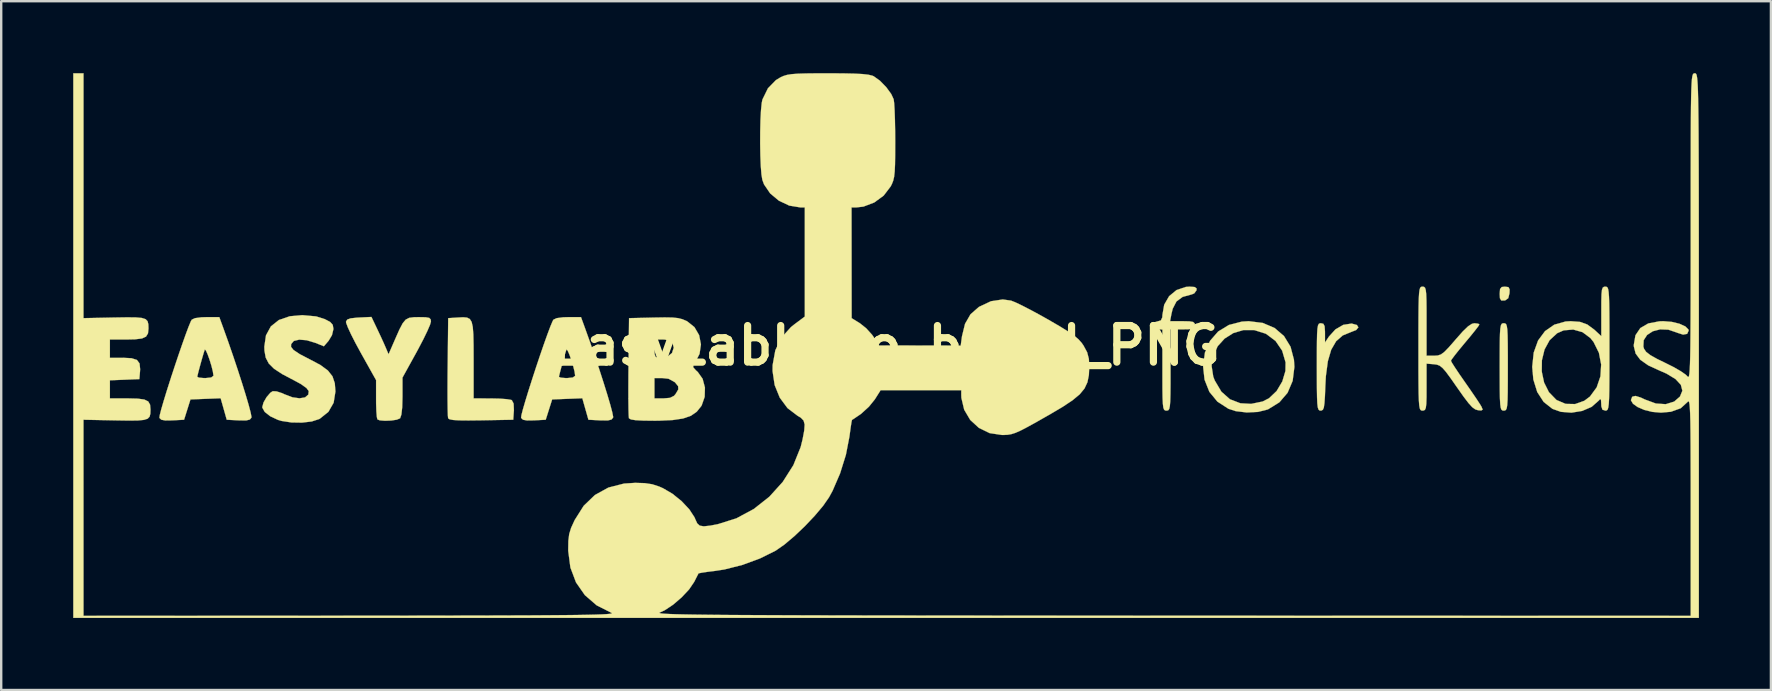
<source format=kicad_pcb>
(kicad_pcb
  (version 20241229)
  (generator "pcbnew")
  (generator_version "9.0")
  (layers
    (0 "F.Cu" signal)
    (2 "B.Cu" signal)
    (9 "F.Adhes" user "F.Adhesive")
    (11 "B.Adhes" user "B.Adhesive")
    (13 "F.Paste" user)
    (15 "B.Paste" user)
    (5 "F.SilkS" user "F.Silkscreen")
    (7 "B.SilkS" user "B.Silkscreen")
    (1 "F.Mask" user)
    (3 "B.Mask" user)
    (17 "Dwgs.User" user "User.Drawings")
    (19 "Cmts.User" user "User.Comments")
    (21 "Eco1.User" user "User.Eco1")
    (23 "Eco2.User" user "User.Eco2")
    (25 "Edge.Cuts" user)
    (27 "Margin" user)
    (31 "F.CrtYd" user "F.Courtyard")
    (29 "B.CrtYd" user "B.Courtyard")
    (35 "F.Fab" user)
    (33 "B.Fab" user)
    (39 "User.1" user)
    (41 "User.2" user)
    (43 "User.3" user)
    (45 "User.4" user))
  (footprint "EasyLabLogo_breed_PNG"
    (layer "F.Cu")
    (at 33.872 11.35)
    (property "Reference" "EasyLabLogo_breed_PNG" (at 0 0 0) (layer "F.SilkS") (effects (font (size 1.524 1.524) (thickness 0.3))))
    (attr through_hole)
    (fp_poly (pts (xy 25.934 -2.436) (xy 25.983 -2.342) (xy 25.977 -2.18) (xy 25.926 -1.975) (xy 25.806 -1.887) (xy 25.76 -1.878) (xy 25.632 -1.881) (xy 25.579 -1.971) (xy 25.569 -2.153) (xy 25.584 -2.356) (xy 25.653 -2.44) (xy 25.786 -2.455) (xy 25.934 -2.436)) (stroke (width 0.01) (type solid)) (fill yes) (layer "F.SilkS"))
    (fp_poly (pts (xy 25.794 -0.925) (xy 25.836 -0.892) (xy 25.866 -0.811) (xy 25.887 -0.662) (xy 25.899 -0.423) (xy 25.905 -0.073) (xy 25.908 0.409) (xy 25.908 0.889) (xy 25.907 1.488) (xy 25.904 1.939) (xy 25.897 2.263) (xy 25.883 2.48) (xy 25.861 2.612) (xy 25.828 2.681) (xy 25.783 2.706) (xy 25.739 2.709) (xy 25.683 2.703) (xy 25.641 2.67) (xy 25.611 2.589) (xy 25.591 2.44) (xy 25.578 2.201) (xy 25.572 1.851) (xy 25.57 1.369) (xy 25.569 0.889) (xy 25.57 0.29) (xy 25.573 -0.161) (xy 25.58 -0.485) (xy 25.594 -0.702) (xy 25.617 -0.834) (xy 25.649 -0.903) (xy 25.694 -0.928) (xy 25.739 -0.931) (xy 25.794 -0.925)) (stroke (width 0.01) (type solid)) (fill yes) (layer "F.SilkS"))
    (fp_poly (pts (xy -17.462 -1.166) (xy -17.346 -1.108) (xy -17.269 -0.985) (xy -17.222 -0.776) (xy -17.198 -0.461) (xy -17.189 -0.019) (xy -17.187 0.571) (xy -17.187 2.201) (xy -16.447 2.203) (xy -16.099 2.211) (xy -15.81 2.232) (xy -15.627 2.262) (xy -15.594 2.275) (xy -15.52 2.417) (xy -15.508 2.7) (xy -15.51 2.718) (xy -15.536 3.09) (xy -16.872 3.114) (xy -17.403 3.12) (xy -17.786 3.116) (xy -18.041 3.1) (xy -18.188 3.072) (xy -18.248 3.03) (xy -18.249 3.027) (xy -18.26 2.915) (xy -18.268 2.658) (xy -18.273 2.281) (xy -18.274 1.81) (xy -18.272 1.268) (xy -18.268 0.887) (xy -18.246 -1.143) (xy -17.837 -1.169) (xy -17.623 -1.18) (xy -17.462 -1.166)) (stroke (width 0.01) (type solid)) (fill yes) (layer "F.SilkS"))
    (fp_poly (pts (xy 18.222 -0.908) (xy 18.273 -0.809) (xy 18.288 -0.592) (xy 18.289 -0.529) (xy 18.289 -0.127) (xy 18.451 -0.372) (xy 18.723 -0.673) (xy 19.052 -0.864) (xy 19.391 -0.917) (xy 19.406 -0.916) (xy 19.619 -0.858) (xy 19.681 -0.759) (xy 19.591 -0.65) (xy 19.389 -0.57) (xy 19.031 -0.424) (xy 18.753 -0.181) (xy 18.548 0.173) (xy 18.408 0.653) (xy 18.326 1.274) (xy 18.304 1.672) (xy 18.287 2.108) (xy 18.267 2.401) (xy 18.241 2.581) (xy 18.202 2.673) (xy 18.145 2.706) (xy 18.108 2.709) (xy 18.056 2.701) (xy 18.017 2.662) (xy 17.988 2.57) (xy 17.969 2.406) (xy 17.958 2.148) (xy 17.952 1.776) (xy 17.95 1.267) (xy 17.949 0.889) (xy 17.95 0.29) (xy 17.953 -0.161) (xy 17.96 -0.485) (xy 17.974 -0.702) (xy 17.997 -0.834) (xy 18.029 -0.903) (xy 18.074 -0.928) (xy 18.119 -0.931) (xy 18.222 -0.908)) (stroke (width 0.01) (type solid)) (fill yes) (layer "F.SilkS"))
    (fp_poly (pts (xy -21.21 -0.702) (xy -21.062 -0.389) (xy -20.926 -0.091) (xy -20.853 0.076) (xy -20.731 0.363) (xy -20.448 -0.288) (xy -20.277 -0.673) (xy -20.143 -0.928) (xy -20.018 -1.08) (xy -19.871 -1.156) (xy -19.674 -1.182) (xy -19.463 -1.185) (xy -19.184 -1.18) (xy -19.035 -1.153) (xy -18.975 -1.09) (xy -18.965 -1.001) (xy -19.005 -0.862) (xy -19.114 -0.609) (xy -19.277 -0.273) (xy -19.479 0.114) (xy -19.558 0.26) (xy -20.151 1.335) (xy -20.151 2.132) (xy -20.162 2.569) (xy -20.196 2.873) (xy -20.249 3.027) (xy -20.252 3.031) (xy -20.389 3.088) (xy -20.621 3.123) (xy -20.879 3.133) (xy -21.096 3.115) (xy -21.195 3.076) (xy -21.22 2.972) (xy -21.239 2.739) (xy -21.25 2.418) (xy -21.251 2.23) (xy -21.251 1.44) (xy -21.892 0.294) (xy -22.112 -0.111) (xy -22.296 -0.473) (xy -22.429 -0.762) (xy -22.499 -0.949) (xy -22.505 -0.997) (xy -22.453 -1.083) (xy -22.312 -1.135) (xy -22.048 -1.163) (xy -21.961 -1.168) (xy -21.444 -1.193) (xy -21.21 -0.702)) (stroke (width 0.01) (type solid)) (fill yes) (layer "F.SilkS"))
    (fp_poly (pts (xy 12.855 -2.441) (xy 12.937 -2.384) (xy 12.938 -2.308) (xy 12.841 -2.175) (xy 12.741 -2.134) (xy 12.355 -2.028) (xy 12.099 -1.837) (xy 11.943 -1.533) (xy 11.892 -1.323) (xy 11.834 -1.016) (xy 12.352 -1.016) (xy 12.639 -1.01) (xy 12.795 -0.984) (xy 12.859 -0.925) (xy 12.869 -0.847) (xy 12.851 -0.752) (xy 12.769 -0.701) (xy 12.586 -0.68) (xy 12.361 -0.677) (xy 11.853 -0.677) (xy 11.853 1.016) (xy 11.853 1.591) (xy 11.849 2.019) (xy 11.841 2.321) (xy 11.825 2.519) (xy 11.8 2.635) (xy 11.764 2.691) (xy 11.714 2.708) (xy 11.684 2.709) (xy 11.626 2.703) (xy 11.584 2.668) (xy 11.553 2.584) (xy 11.534 2.428) (xy 11.522 2.178) (xy 11.516 1.813) (xy 11.515 1.311) (xy 11.515 1.022) (xy 11.515 -0.666) (xy 11.282 -0.693) (xy 11.103 -0.755) (xy 11.049 -0.847) (xy 11.125 -0.953) (xy 11.282 -1) (xy 11.45 -1.048) (xy 11.51 -1.177) (xy 11.515 -1.278) (xy 11.589 -1.703) (xy 11.794 -2.058) (xy 12.104 -2.314) (xy 12.49 -2.444) (xy 12.643 -2.455) (xy 12.855 -2.441)) (stroke (width 0.01) (type solid)) (fill yes) (layer "F.SilkS"))
    (fp_poly (pts (xy 15.697 -0.943) (xy 16.191 -0.732) (xy 16.581 -0.397) (xy 16.854 0.048) (xy 16.996 0.59) (xy 17.014 0.889) (xy 16.942 1.47) (xy 16.73 1.967) (xy 16.388 2.365) (xy 15.924 2.652) (xy 15.899 2.663) (xy 15.498 2.764) (xy 15.029 2.787) (xy 14.57 2.732) (xy 14.266 2.633) (xy 13.805 2.334) (xy 13.471 1.927) (xy 13.271 1.422) (xy 13.21 0.871) (xy 13.214 0.837) (xy 13.563 0.837) (xy 13.634 1.295) (xy 13.696 1.455) (xy 13.973 1.922) (xy 14.329 2.237) (xy 14.764 2.404) (xy 15.213 2.429) (xy 15.691 2.33) (xy 15.956 2.195) (xy 16.274 1.893) (xy 16.511 1.494) (xy 16.641 1.058) (xy 16.647 0.699) (xy 16.504 0.211) (xy 16.229 -0.192) (xy 15.843 -0.482) (xy 15.812 -0.498) (xy 15.344 -0.645) (xy 14.89 -0.646) (xy 14.471 -0.522) (xy 14.107 -0.292) (xy 13.82 0.024) (xy 13.632 0.407) (xy 13.563 0.837) (xy 13.214 0.837) (xy 13.286 0.292) (xy 13.5 -0.199) (xy 13.838 -0.587) (xy 14.285 -0.859) (xy 14.827 -0.999) (xy 15.113 -1.016) (xy 15.697 -0.943)) (stroke (width 0.01) (type solid)) (fill yes) (layer "F.SilkS"))
    (fp_poly (pts (xy -27.621 -0.741) (xy -27.413 -0.16) (xy -27.208 0.433) (xy -27.013 1.016) (xy -26.836 1.565) (xy -26.683 2.058) (xy -26.562 2.47) (xy -26.48 2.781) (xy -26.444 2.965) (xy -26.445 3.002) (xy -26.512 3.082) (xy -26.659 3.118) (xy -26.926 3.119) (xy -26.986 3.116) (xy -27.474 3.09) (xy -27.728 2.195) (xy -28.356 2.219) (xy -28.985 2.244) (xy -29.252 3.09) (xy -29.74 3.116) (xy -30.034 3.12) (xy -30.2 3.09) (xy -30.276 3.017) (xy -30.279 3.007) (xy -30.265 2.899) (xy -30.204 2.657) (xy -30.103 2.31) (xy -29.973 1.885) (xy -29.821 1.409) (xy -29.787 1.304) (xy -28.702 1.304) (xy -28.627 1.336) (xy -28.439 1.353) (xy -28.363 1.355) (xy -28.124 1.33) (xy -28.028 1.26) (xy -28.028 1.249) (xy -28.053 1.078) (xy -28.111 0.846) (xy -28.188 0.594) (xy -28.27 0.367) (xy -28.34 0.209) (xy -28.386 0.161) (xy -28.391 0.169) (xy -28.442 0.331) (xy -28.513 0.575) (xy -28.589 0.849) (xy -28.655 1.097) (xy -28.696 1.265) (xy -28.702 1.304) (xy -29.787 1.304) (xy -29.657 0.908) (xy -29.49 0.41) (xy -29.329 -0.057) (xy -29.183 -0.468) (xy -29.06 -0.795) (xy -28.97 -1.011) (xy -28.932 -1.079) (xy -28.796 -1.143) (xy -28.526 -1.179) (xy -28.317 -1.185) (xy -27.783 -1.185) (xy -27.621 -0.741)) (stroke (width 0.01) (type solid)) (fill yes) (layer "F.SilkS"))
    (fp_poly (pts (xy -12.55 -0.741) (xy -12.342 -0.16) (xy -12.137 0.433) (xy -11.942 1.016) (xy -11.765 1.565) (xy -11.612 2.058) (xy -11.491 2.47) (xy -11.409 2.781) (xy -11.373 2.965) (xy -11.375 3.002) (xy -11.442 3.082) (xy -11.588 3.118) (xy -11.855 3.119) (xy -11.916 3.116) (xy -12.403 3.09) (xy -12.657 2.195) (xy -13.286 2.219) (xy -13.914 2.244) (xy -14.182 3.09) (xy -14.67 3.116) (xy -14.964 3.12) (xy -15.129 3.09) (xy -15.205 3.017) (xy -15.209 3.007) (xy -15.195 2.899) (xy -15.133 2.657) (xy -15.032 2.31) (xy -14.902 1.885) (xy -14.75 1.409) (xy -14.716 1.304) (xy -13.631 1.304) (xy -13.556 1.336) (xy -13.368 1.353) (xy -13.293 1.355) (xy -13.053 1.33) (xy -12.958 1.26) (xy -12.957 1.249) (xy -12.982 1.078) (xy -13.04 0.846) (xy -13.118 0.594) (xy -13.199 0.367) (xy -13.27 0.209) (xy -13.315 0.161) (xy -13.32 0.169) (xy -13.372 0.331) (xy -13.443 0.575) (xy -13.518 0.849) (xy -13.584 1.097) (xy -13.625 1.265) (xy -13.631 1.304) (xy -14.716 1.304) (xy -14.587 0.908) (xy -14.42 0.41) (xy -14.259 -0.057) (xy -14.112 -0.468) (xy -13.989 -0.795) (xy -13.899 -1.011) (xy -13.862 -1.079) (xy -13.726 -1.143) (xy -13.456 -1.179) (xy -13.246 -1.185) (xy -12.712 -1.185) (xy -12.55 -0.741)) (stroke (width 0.01) (type solid)) (fill yes) (layer "F.SilkS"))
    (fp_poly (pts (xy -23.749 -1.216) (xy -23.389 -1.103) (xy -23.163 -0.983) (xy -23.057 -0.865) (xy -23.029 -0.7) (xy -23.029 -0.686) (xy -23.089 -0.434) (xy -23.228 -0.202) (xy -23.426 0.029) (xy -23.78 -0.113) (xy -24.146 -0.223) (xy -24.455 -0.248) (xy -24.679 -0.193) (xy -24.791 -0.06) (xy -24.794 0.052) (xy -24.695 0.18) (xy -24.438 0.353) (xy -24.028 0.567) (xy -24.025 0.568) (xy -23.573 0.808) (xy -23.262 1.036) (xy -23.069 1.279) (xy -22.971 1.569) (xy -22.945 1.914) (xy -23.019 2.38) (xy -23.237 2.76) (xy -23.595 3.047) (xy -23.621 3.061) (xy -23.931 3.162) (xy -24.339 3.21) (xy -24.78 3.203) (xy -25.191 3.14) (xy -25.342 3.095) (xy -25.664 2.944) (xy -25.891 2.765) (xy -25.991 2.586) (xy -25.993 2.561) (xy -25.94 2.367) (xy -25.811 2.144) (xy -25.655 1.964) (xy -25.556 1.901) (xy -25.395 1.909) (xy -25.163 1.984) (xy -25.07 2.028) (xy -24.739 2.155) (xy -24.442 2.197) (xy -24.21 2.159) (xy -24.075 2.043) (xy -24.058 1.895) (xy -24.155 1.766) (xy -24.393 1.598) (xy -24.687 1.439) (xy -25.164 1.188) (xy -25.503 0.965) (xy -25.724 0.745) (xy -25.85 0.503) (xy -25.902 0.215) (xy -25.908 0.045) (xy -25.839 -0.427) (xy -25.636 -0.799) (xy -25.303 -1.065) (xy -24.846 -1.222) (xy -24.324 -1.268) (xy -23.749 -1.216)) (stroke (width 0.01) (type solid)) (fill yes) (layer "F.SilkS"))
    (fp_poly (pts (xy -8.898 -1.168) (xy -8.666 -1.144) (xy -8.486 -1.098) (xy -8.319 -1.027) (xy -8.293 -1.014) (xy -7.985 -0.769) (xy -7.789 -0.433) (xy -7.715 -0.048) (xy -7.772 0.345) (xy -7.936 0.664) (xy -8.032 0.807) (xy -8.035 0.906) (xy -7.93 1.025) (xy -7.845 1.102) (xy -7.645 1.384) (xy -7.548 1.748) (xy -7.559 2.137) (xy -7.683 2.492) (xy -7.702 2.524) (xy -7.889 2.756) (xy -8.132 2.925) (xy -8.457 3.038) (xy -8.889 3.103) (xy -9.456 3.129) (xy -9.633 3.131) (xy -10.109 3.126) (xy -10.435 3.109) (xy -10.629 3.079) (xy -10.711 3.032) (xy -10.715 3.025) (xy -10.725 2.913) (xy -10.733 2.657) (xy -10.738 2.281) (xy -10.739 1.81) (xy -10.737 1.355) (xy -9.652 1.355) (xy -9.652 2.201) (xy -9.276 2.201) (xy -9.005 2.178) (xy -8.838 2.095) (xy -8.768 2.013) (xy -8.658 1.827) (xy -8.665 1.693) (xy -8.794 1.535) (xy -8.805 1.524) (xy -9.067 1.382) (xy -9.313 1.355) (xy -9.652 1.355) (xy -10.737 1.355) (xy -10.737 1.269) (xy -10.733 0.887) (xy -10.72 -0.254) (xy -9.652 -0.254) (xy -9.652 0.127) (xy -9.643 0.362) (xy -9.6 0.474) (xy -9.498 0.507) (xy -9.447 0.508) (xy -9.227 0.487) (xy -9.106 0.456) (xy -8.921 0.309) (xy -8.849 0.092) (xy -8.89 -0.085) (xy -9.012 -0.206) (xy -9.233 -0.252) (xy -9.316 -0.254) (xy -9.652 -0.254) (xy -10.72 -0.254) (xy -10.71 -1.143) (xy -9.675 -1.167) (xy -9.222 -1.174) (xy -8.898 -1.168)) (stroke (width 0.01) (type solid)) (fill yes) (layer "F.SilkS"))
    (fp_poly (pts (xy 30.02 -2.45) (xy 30.058 -2.424) (xy 30.087 -2.358) (xy 30.108 -2.236) (xy 30.123 -2.038) (xy 30.133 -1.749) (xy 30.138 -1.349) (xy 30.141 -0.822) (xy 30.141 -0.149) (xy 30.141 0.127) (xy 30.141 0.855) (xy 30.139 1.432) (xy 30.135 1.875) (xy 30.127 2.201) (xy 30.114 2.429) (xy 30.095 2.576) (xy 30.069 2.66) (xy 30.034 2.698) (xy 29.99 2.709) (xy 29.972 2.709) (xy 29.851 2.672) (xy 29.804 2.532) (xy 29.8 2.434) (xy 29.79 2.259) (xy 29.752 2.231) (xy 29.693 2.296) (xy 29.399 2.554) (xy 29.006 2.723) (xy 28.562 2.795) (xy 28.119 2.761) (xy 27.769 2.637) (xy 27.402 2.349) (xy 27.133 1.935) (xy 26.971 1.414) (xy 26.942 1.084) (xy 27.322 1.084) (xy 27.419 1.54) (xy 27.621 1.943) (xy 27.926 2.257) (xy 27.947 2.272) (xy 28.316 2.429) (xy 28.712 2.437) (xy 29.095 2.3) (xy 29.33 2.124) (xy 29.611 1.74) (xy 29.767 1.282) (xy 29.797 0.788) (xy 29.703 0.299) (xy 29.482 -0.146) (xy 29.347 -0.315) (xy 29.019 -0.559) (xy 28.633 -0.668) (xy 28.237 -0.635) (xy 27.965 -0.516) (xy 27.649 -0.225) (xy 27.437 0.164) (xy 27.328 0.613) (xy 27.322 1.084) (xy 26.942 1.084) (xy 26.924 0.888) (xy 26.987 0.291) (xy 27.168 -0.211) (xy 27.457 -0.602) (xy 27.844 -0.871) (xy 28.316 -1.004) (xy 28.529 -1.016) (xy 28.916 -0.987) (xy 29.218 -0.879) (xy 29.511 -0.663) (xy 29.57 -0.609) (xy 29.803 -0.392) (xy 29.803 -1.423) (xy 29.804 -1.856) (xy 29.812 -2.148) (xy 29.831 -2.325) (xy 29.865 -2.417) (xy 29.919 -2.451) (xy 29.972 -2.455) (xy 30.02 -2.45)) (stroke (width 0.01) (type solid)) (fill yes) (layer "F.SilkS"))
    (fp_poly (pts (xy 22.414 -2.448) (xy 22.458 -2.409) (xy 22.488 -2.316) (xy 22.507 -2.145) (xy 22.517 -1.873) (xy 22.521 -1.474) (xy 22.521 -1.016) (xy 22.521 0.423) (xy 22.839 0.423) (xy 22.991 0.413) (xy 23.123 0.368) (xy 23.264 0.263) (xy 23.447 0.075) (xy 23.703 -0.218) (xy 23.733 -0.254) (xy 24.029 -0.588) (xy 24.249 -0.8) (xy 24.413 -0.908) (xy 24.516 -0.931) (xy 24.673 -0.913) (xy 24.723 -0.878) (xy 24.671 -0.796) (xy 24.531 -0.614) (xy 24.326 -0.361) (xy 24.13 -0.127) (xy 23.889 0.163) (xy 23.695 0.406) (xy 23.571 0.573) (xy 23.537 0.633) (xy 23.583 0.722) (xy 23.709 0.92) (xy 23.895 1.198) (xy 24.122 1.525) (xy 24.124 1.527) (xy 24.363 1.87) (xy 24.573 2.177) (xy 24.729 2.414) (xy 24.808 2.541) (xy 24.86 2.668) (xy 24.801 2.704) (xy 24.668 2.694) (xy 24.552 2.659) (xy 24.425 2.567) (xy 24.268 2.395) (xy 24.061 2.123) (xy 23.788 1.736) (xy 23.523 1.357) (xy 23.331 1.097) (xy 23.186 0.932) (xy 23.068 0.838) (xy 22.952 0.794) (xy 22.833 0.778) (xy 22.521 0.752) (xy 22.521 1.731) (xy 22.52 2.15) (xy 22.511 2.429) (xy 22.49 2.596) (xy 22.453 2.679) (xy 22.394 2.707) (xy 22.352 2.709) (xy 22.304 2.704) (xy 22.266 2.678) (xy 22.237 2.612) (xy 22.216 2.49) (xy 22.201 2.292) (xy 22.191 2.003) (xy 22.186 1.603) (xy 22.183 1.076) (xy 22.183 0.403) (xy 22.183 0.127) (xy 22.183 -0.601) (xy 22.185 -1.178) (xy 22.189 -1.621) (xy 22.197 -1.947) (xy 22.21 -2.175) (xy 22.229 -2.322) (xy 22.255 -2.406) (xy 22.29 -2.444) (xy 22.334 -2.455) (xy 22.352 -2.455) (xy 22.414 -2.448)) (stroke (width 0.01) (type solid)) (fill yes) (layer "F.SilkS"))
    (fp_poly (pts (xy -33.443 -6.244) (xy -33.444 -1.143) (xy -32.16 -1.169) (xy -31.64 -1.177) (xy -31.265 -1.174) (xy -31.011 -1.151) (xy -30.855 -1.101) (xy -30.773 -1.016) (xy -30.741 -0.889) (xy -30.735 -0.715) (xy -30.755 -0.509) (xy -30.837 -0.374) (xy -31.007 -0.296) (xy -31.296 -0.261) (xy -31.64 -0.254) (xy -32.343 -0.254) (xy -32.343 0.508) (xy -31.803 0.508) (xy -31.44 0.527) (xy -31.217 0.598) (xy -31.107 0.743) (xy -31.083 0.981) (xy -31.088 1.074) (xy -31.115 1.397) (xy -32.343 1.447) (xy -32.343 2.201) (xy -31.598 2.201) (xy -31.182 2.211) (xy -30.907 2.249) (xy -30.745 2.328) (xy -30.669 2.462) (xy -30.651 2.663) (xy -30.657 2.837) (xy -30.688 2.962) (xy -30.769 3.046) (xy -30.923 3.096) (xy -31.172 3.12) (xy -31.542 3.125) (xy -32.055 3.117) (xy -32.118 3.116) (xy -33.444 3.09) (xy -33.443 11.261) (xy -22.288 11.255) (xy -20.671 11.254) (xy -19.215 11.252) (xy -17.913 11.25) (xy -16.757 11.248) (xy -15.739 11.245) (xy -14.851 11.242) (xy -14.086 11.237) (xy -13.435 11.232) (xy -12.892 11.226) (xy -12.447 11.218) (xy -12.094 11.21) (xy -11.825 11.2) (xy -11.631 11.189) (xy -11.505 11.177) (xy -11.439 11.163) (xy -11.425 11.148) (xy -11.453 11.131) (xy -12.059 10.825) (xy -12.551 10.399) (xy -12.92 9.869) (xy -13.154 9.249) (xy -13.245 8.554) (xy -13.245 8.507) (xy -13.239 8.133) (xy -13.204 7.853) (xy -13.124 7.594) (xy -12.981 7.282) (xy -12.973 7.266) (xy -12.6 6.676) (xy -12.131 6.225) (xy -11.569 5.916) (xy -10.919 5.75) (xy -10.456 5.72) (xy -10.053 5.732) (xy -9.745 5.779) (xy -9.456 5.873) (xy -9.295 5.944) (xy -8.899 6.176) (xy -8.519 6.483) (xy -8.2 6.823) (xy -7.983 7.155) (xy -7.946 7.242) (xy -7.869 7.409) (xy -7.764 7.503) (xy -7.596 7.532) (xy -7.328 7.503) (xy -7.01 7.442) (xy -6.237 7.199) (xy -5.514 6.81) (xy -4.863 6.297) (xy -4.306 5.681) (xy -3.864 4.985) (xy -3.559 4.229) (xy -3.48 3.912) (xy -3.41 3.538) (xy -3.393 3.289) (xy -3.437 3.125) (xy -3.55 3.007) (xy -3.689 2.924) (xy -4.107 2.606) (xy -4.43 2.17) (xy -4.643 1.645) (xy -4.73 1.062) (xy -4.727 0.812) (xy -4.615 0.197) (xy -4.363 -0.327) (xy -3.964 -0.77) (xy -3.827 -0.88) (xy -3.387 -1.209) (xy -3.387 -5.757) (xy -3.577 -5.758) (xy -4.035 -5.833) (xy -4.466 -6.037) (xy -4.83 -6.341) (xy -5.085 -6.715) (xy -5.155 -6.902) (xy -5.193 -7.132) (xy -5.221 -7.486) (xy -5.239 -7.927) (xy -5.247 -8.418) (xy -5.245 -8.919) (xy -5.234 -9.394) (xy -5.212 -9.804) (xy -5.181 -10.112) (xy -5.152 -10.253) (xy -4.922 -10.722) (xy -4.591 -11.061) (xy -4.399 -11.178) (xy -4.269 -11.236) (xy -4.124 -11.28) (xy -3.936 -11.31) (xy -3.68 -11.329) (xy -3.327 -11.34) (xy -2.851 -11.345) (xy -2.412 -11.345) (xy -1.793 -11.342) (xy -1.322 -11.332) (xy -0.976 -11.314) (xy -0.734 -11.286) (xy -0.573 -11.247) (xy -0.516 -11.223) (xy -0.256 -11.037) (xy 0.005 -10.77) (xy 0.215 -10.482) (xy 0.316 -10.264) (xy 0.337 -10.106) (xy 0.355 -9.811) (xy 0.369 -9.412) (xy 0.378 -8.94) (xy 0.381 -8.509) (xy 0.379 -7.958) (xy 0.373 -7.548) (xy 0.359 -7.25) (xy 0.335 -7.033) (xy 0.297 -6.871) (xy 0.243 -6.733) (xy 0.192 -6.632) (xy -0.098 -6.252) (xy -0.493 -5.962) (xy -0.943 -5.791) (xy -1.24 -5.757) (xy -1.439 -5.757) (xy -1.437 -3.45) (xy -1.435 -1.143) (xy -1.091 -0.931) (xy -0.828 -0.721) (xy -0.584 -0.452) (xy -0.522 -0.363) (xy -0.296 -0.006) (xy 1.407 -0.003) (xy 3.11 0) (xy 3.163 -0.388) (xy 3.29 -0.907) (xy 3.519 -1.305) (xy 3.864 -1.607) (xy 3.874 -1.614) (xy 4.371 -1.848) (xy 4.863 -1.922) (xy 5.209 -1.873) (xy 5.388 -1.802) (xy 5.681 -1.662) (xy 6.054 -1.469) (xy 6.476 -1.24) (xy 6.753 -1.084) (xy 7.23 -0.807) (xy 7.583 -0.59) (xy 7.837 -0.415) (xy 8.017 -0.262) (xy 8.15 -0.113) (xy 8.225 -0.005) (xy 8.378 0.277) (xy 8.45 0.553) (xy 8.467 0.866) (xy 8.451 1.226) (xy 8.391 1.526) (xy 8.269 1.787) (xy 8.068 2.031) (xy 7.767 2.281) (xy 7.351 2.557) (xy 6.8 2.883) (xy 6.773 2.897) (xy 6.273 3.182) (xy 5.893 3.392) (xy 5.608 3.54) (xy 5.392 3.636) (xy 5.218 3.691) (xy 5.062 3.717) (xy 4.896 3.725) (xy 4.827 3.725) (xy 4.316 3.648) (xy 3.868 3.43) (xy 3.506 3.098) (xy 3.255 2.673) (xy 3.138 2.181) (xy 3.133 2.053) (xy 3.133 1.863) (xy -0.229 1.863) (xy -0.47 2.244) (xy -0.716 2.548) (xy -1.045 2.847) (xy -1.381 3.075) (xy -1.419 3.095) (xy -1.439 3.178) (xy -1.472 3.389) (xy -1.513 3.688) (xy -1.528 3.799) (xy -1.674 4.551) (xy -1.916 5.326) (xy -2.228 6.048) (xy -2.377 6.322) (xy -2.626 6.68) (xy -2.976 7.095) (xy -3.386 7.528) (xy -3.819 7.939) (xy -4.235 8.29) (xy -4.594 8.541) (xy -4.6 8.545) (xy -5.257 8.871) (xy -5.996 9.142) (xy -6.74 9.33) (xy -7.124 9.389) (xy -7.44 9.428) (xy -7.681 9.464) (xy -7.807 9.49) (xy -7.816 9.495) (xy -7.861 9.582) (xy -7.954 9.765) (xy -7.997 9.85) (xy -8.208 10.16) (xy -8.517 10.49) (xy -8.872 10.795) (xy -9.223 11.029) (xy -9.418 11.119) (xy -9.444 11.133) (xy -9.439 11.145) (xy -9.398 11.157) (xy -9.314 11.168) (xy -9.183 11.177) (xy -8.997 11.186) (xy -8.751 11.195) (xy -8.44 11.202) (xy -8.057 11.209) (xy -7.597 11.215) (xy -7.053 11.221) (xy -6.42 11.226) (xy -5.692 11.23) (xy -4.863 11.234) (xy -3.928 11.238) (xy -2.88 11.241) (xy -1.714 11.243) (xy -0.423 11.246) (xy 0.998 11.247) (xy 2.554 11.249) (xy 4.253 11.25) (xy 6.099 11.252) (xy 8.099 11.253) (xy 10.258 11.253) (xy 11.874 11.254) (xy 33.528 11.261) (xy 33.528 6.712) (xy 33.528 5.717) (xy 33.526 4.879) (xy 33.524 4.185) (xy 33.52 3.623) (xy 33.514 3.181) (xy 33.505 2.845) (xy 33.493 2.604) (xy 33.479 2.444) (xy 33.461 2.354) (xy 33.439 2.321) (xy 33.412 2.332) (xy 33.396 2.352) (xy 33.112 2.611) (xy 32.703 2.758) (xy 32.289 2.794) (xy 31.928 2.763) (xy 31.595 2.681) (xy 31.318 2.562) (xy 31.122 2.422) (xy 31.036 2.276) (xy 31.087 2.141) (xy 31.104 2.126) (xy 31.23 2.098) (xy 31.449 2.166) (xy 31.621 2.247) (xy 32.075 2.414) (xy 32.488 2.442) (xy 32.839 2.334) (xy 33.081 2.124) (xy 33.181 1.881) (xy 33.118 1.636) (xy 32.896 1.396) (xy 32.521 1.168) (xy 32.246 1.048) (xy 31.761 0.826) (xy 31.429 0.593) (xy 31.234 0.334) (xy 31.159 0.033) (xy 31.157 -0.03) (xy 31.226 -0.43) (xy 31.428 -0.729) (xy 31.761 -0.923) (xy 32.223 -1.011) (xy 32.389 -1.016) (xy 32.742 -0.987) (xy 33.06 -0.91) (xy 33.304 -0.799) (xy 33.433 -0.671) (xy 33.443 -0.623) (xy 33.38 -0.488) (xy 33.21 -0.457) (xy 32.966 -0.535) (xy 32.947 -0.544) (xy 32.597 -0.663) (xy 32.255 -0.676) (xy 31.949 -0.597) (xy 31.71 -0.441) (xy 31.569 -0.223) (xy 31.556 0.041) (xy 31.582 0.131) (xy 31.669 0.26) (xy 31.846 0.398) (xy 32.139 0.562) (xy 32.459 0.717) (xy 32.809 0.892) (xy 33.11 1.065) (xy 33.321 1.212) (xy 33.391 1.281) (xy 33.417 1.309) (xy 33.439 1.305) (xy 33.458 1.26) (xy 33.474 1.163) (xy 33.487 1.002) (xy 33.498 0.769) (xy 33.507 0.45) (xy 33.514 0.037) (xy 33.519 -0.483) (xy 33.523 -1.118) (xy 33.526 -1.882) (xy 33.527 -2.783) (xy 33.528 -3.833) (xy 33.528 -4.934) (xy 33.528 -6.128) (xy 33.528 -7.163) (xy 33.53 -8.051) (xy 33.531 -8.804) (xy 33.535 -9.432) (xy 33.539 -9.947) (xy 33.546 -10.361) (xy 33.555 -10.683) (xy 33.566 -10.926) (xy 33.579 -11.101) (xy 33.596 -11.219) (xy 33.616 -11.291) (xy 33.64 -11.329) (xy 33.668 -11.343) (xy 33.697 -11.345) (xy 33.721 -11.344) (xy 33.743 -11.332) (xy 33.763 -11.304) (xy 33.78 -11.248) (xy 33.795 -11.159) (xy 33.808 -11.026) (xy 33.82 -10.842) (xy 33.83 -10.597) (xy 33.838 -10.285) (xy 33.845 -9.895) (xy 33.851 -9.42) (xy 33.856 -8.852) (xy 33.859 -8.181) (xy 33.862 -7.4) (xy 33.864 -6.499) (xy 33.865 -5.471) (xy 33.866 -4.307) (xy 33.866 -2.999) (xy 33.867 -1.537) (xy 33.867 0) (xy 33.867 11.345) (xy -33.867 11.345) (xy -33.867 -11.345) (xy -33.443 -11.345) (xy -33.443 -6.244)) (stroke (width 0.01) (type solid)) (fill yes) (layer "F.SilkS")))
  (gr_rect
    (start -3 -3)
    (end 70.743 25.701)
    (stroke (width 0.1) (type default))
    (fill no)
    (layer "Edge.Cuts")))
</source>
